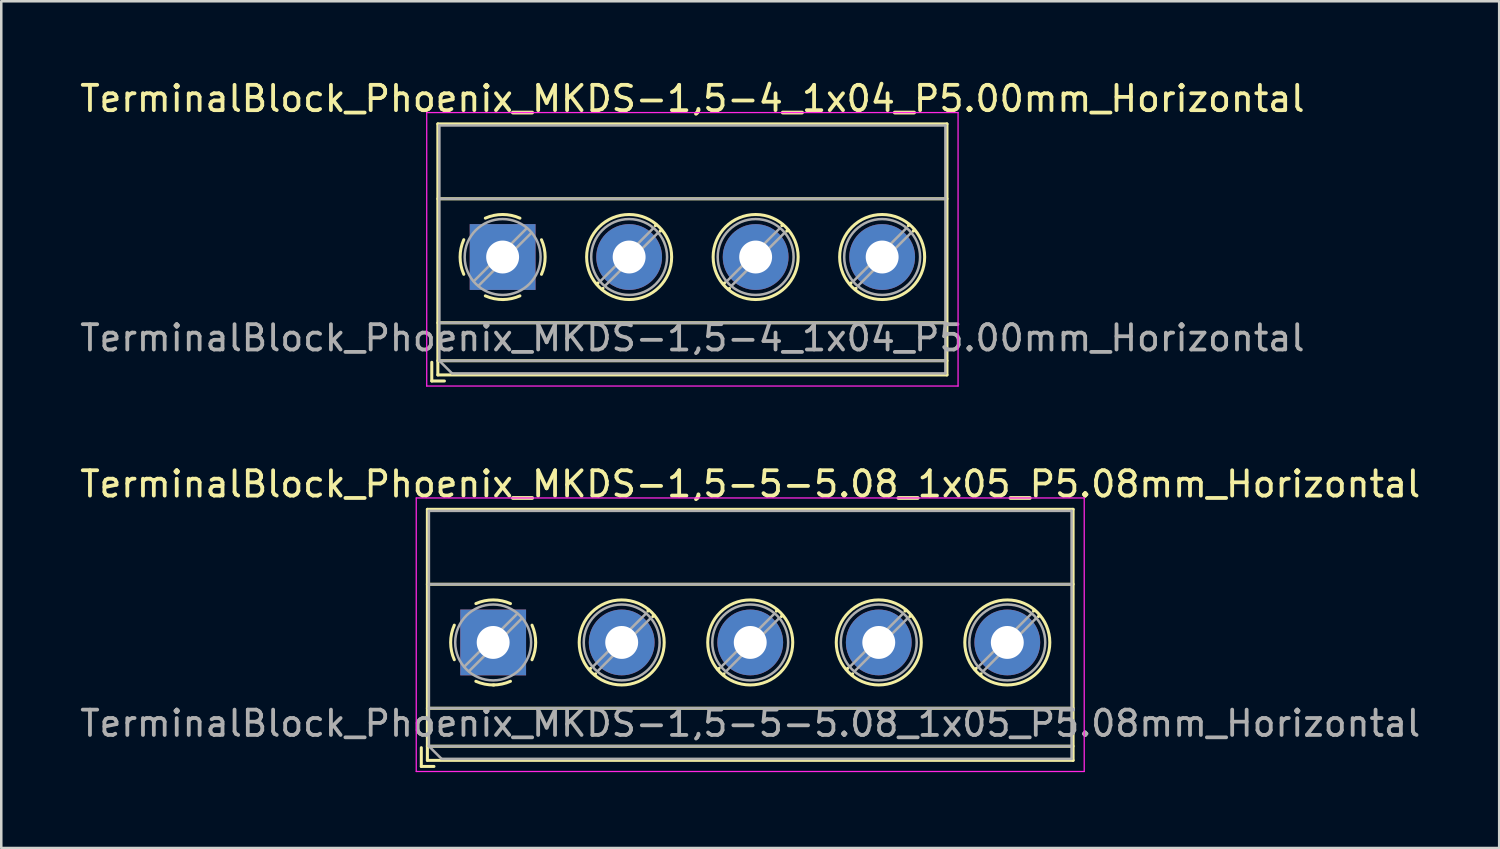
<source format=kicad_pcb>
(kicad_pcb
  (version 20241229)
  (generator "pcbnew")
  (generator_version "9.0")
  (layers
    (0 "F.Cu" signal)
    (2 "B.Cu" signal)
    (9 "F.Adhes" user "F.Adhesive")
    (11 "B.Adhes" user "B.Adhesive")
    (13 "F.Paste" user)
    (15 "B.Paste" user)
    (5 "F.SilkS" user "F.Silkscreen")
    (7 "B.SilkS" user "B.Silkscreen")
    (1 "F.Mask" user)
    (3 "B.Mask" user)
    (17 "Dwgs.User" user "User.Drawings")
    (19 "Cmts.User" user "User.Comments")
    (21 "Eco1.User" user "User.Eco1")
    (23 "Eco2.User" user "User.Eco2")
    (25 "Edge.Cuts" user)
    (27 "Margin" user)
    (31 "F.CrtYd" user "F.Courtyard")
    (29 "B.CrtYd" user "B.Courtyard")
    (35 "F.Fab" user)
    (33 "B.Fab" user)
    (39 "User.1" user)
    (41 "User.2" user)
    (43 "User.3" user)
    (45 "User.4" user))
  (footprint "TerminalBlock_Phoenix_MKDS-1,5-5-5.08_1x05_P5.08mm_Horizontal"
    (layer "F.Cu")
    (at 16.441 22.341)
    (property "Reference" "TerminalBlock_Phoenix_MKDS-1,5-5-5.08_1x05_P5.08mm_Horizontal" (at 10.16 -6.26 0) (layer "F.SilkS") (effects (font (size 1 1) (thickness 0.15))))
    (attr through_hole)
    (fp_line (start -2.84 4.16) (end -2.84 4.9) (stroke (width 0.12) (type solid)) (layer "F.SilkS"))
    (fp_line (start -2.84 4.9) (end -2.34 4.9) (stroke (width 0.12) (type solid)) (layer "F.SilkS"))
    (fp_line (start -2.6 -5.261) (end -2.6 4.66) (stroke (width 0.12) (type solid)) (layer "F.SilkS"))
    (fp_line (start -2.6 -5.261) (end 22.92 -5.261) (stroke (width 0.12) (type solid)) (layer "F.SilkS"))
    (fp_line (start -2.6 -2.301) (end 22.92 -2.301) (stroke (width 0.12) (type solid)) (layer "F.SilkS"))
    (fp_line (start -2.6 2.6) (end 22.92 2.6) (stroke (width 0.12) (type solid)) (layer "F.SilkS"))
    (fp_line (start -2.6 4.1) (end 22.92 4.1) (stroke (width 0.12) (type solid)) (layer "F.SilkS"))
    (fp_line (start -2.6 4.66) (end 22.92 4.66) (stroke (width 0.12) (type solid)) (layer "F.SilkS"))
    (fp_line (start 3.853 1.023) (end 3.806 1.069) (stroke (width 0.12) (type solid)) (layer "F.SilkS"))
    (fp_line (start 4.046 1.239) (end 4.011 1.274) (stroke (width 0.12) (type solid)) (layer "F.SilkS"))
    (fp_line (start 6.15 -1.275) (end 6.115 -1.239) (stroke (width 0.12) (type solid)) (layer "F.SilkS"))
    (fp_line (start 6.355 -1.069) (end 6.308 -1.023) (stroke (width 0.12) (type solid)) (layer "F.SilkS"))
    (fp_line (start 8.933 1.023) (end 8.886 1.069) (stroke (width 0.12) (type solid)) (layer "F.SilkS"))
    (fp_line (start 9.126 1.239) (end 9.091 1.274) (stroke (width 0.12) (type solid)) (layer "F.SilkS"))
    (fp_line (start 11.23 -1.275) (end 11.195 -1.239) (stroke (width 0.12) (type solid)) (layer "F.SilkS"))
    (fp_line (start 11.435 -1.069) (end 11.388 -1.023) (stroke (width 0.12) (type solid)) (layer "F.SilkS"))
    (fp_line (start 14.013 1.023) (end 13.966 1.069) (stroke (width 0.12) (type solid)) (layer "F.SilkS"))
    (fp_line (start 14.206 1.239) (end 14.171 1.274) (stroke (width 0.12) (type solid)) (layer "F.SilkS"))
    (fp_line (start 16.31 -1.275) (end 16.275 -1.239) (stroke (width 0.12) (type solid)) (layer "F.SilkS"))
    (fp_line (start 16.515 -1.069) (end 16.468 -1.023) (stroke (width 0.12) (type solid)) (layer "F.SilkS"))
    (fp_line (start 19.093 1.023) (end 19.046 1.069) (stroke (width 0.12) (type solid)) (layer "F.SilkS"))
    (fp_line (start 19.286 1.239) (end 19.251 1.274) (stroke (width 0.12) (type solid)) (layer "F.SilkS"))
    (fp_line (start 21.39 -1.275) (end 21.355 -1.239) (stroke (width 0.12) (type solid)) (layer "F.SilkS"))
    (fp_line (start 21.595 -1.069) (end 21.548 -1.023) (stroke (width 0.12) (type solid)) (layer "F.SilkS"))
    (fp_line (start 22.92 -5.261) (end 22.92 4.66) (stroke (width 0.12) (type solid)) (layer "F.SilkS"))
    (fp_arc (start -1.535427 0.683042) (mid -1.680501 -0.000524) (end -1.535 -0.684) (stroke (width 0.12) (type solid)) (layer "F.SilkS"))
    (fp_arc (start -0.683042 -1.535427) (mid 0.000524 -1.680501) (end 0.684 -1.535) (stroke (width 0.12) (type solid)) (layer "F.SilkS"))
    (fp_arc (start 0.028805 1.680253) (mid -0.335551 1.646659) (end -0.684 1.535) (stroke (width 0.12) (type solid)) (layer "F.SilkS"))
    (fp_arc (start 0.683318 1.534756) (mid 0.349292 1.643288) (end 0 1.68) (stroke (width 0.12) (type solid)) (layer "F.SilkS"))
    (fp_arc (start 1.535427 -0.683042) (mid 1.680501 0.000524) (end 1.535 0.684) (stroke (width 0.12) (type solid)) (layer "F.SilkS"))
    (fp_circle (center 5.08 0) (end 6.76 0) (stroke (width 0.12) (type solid)) (fill no) (layer "F.SilkS"))
    (fp_circle (center 10.16 0) (end 11.84 0) (stroke (width 0.12) (type solid)) (fill no) (layer "F.SilkS"))
    (fp_circle (center 15.24 0) (end 16.92 0) (stroke (width 0.12) (type solid)) (fill no) (layer "F.SilkS"))
    (fp_circle (center 20.32 0) (end 22 0) (stroke (width 0.12) (type solid)) (fill no) (layer "F.SilkS"))
    (fp_line (start -3.04 -5.71) (end -3.04 5.1) (stroke (width 0.05) (type solid)) (layer "F.CrtYd"))
    (fp_line (start -3.04 5.1) (end 23.36 5.1) (stroke (width 0.05) (type solid)) (layer "F.CrtYd"))
    (fp_line (start 23.36 -5.71) (end -3.04 -5.71) (stroke (width 0.05) (type solid)) (layer "F.CrtYd"))
    (fp_line (start 23.36 5.1) (end 23.36 -5.71) (stroke (width 0.05) (type solid)) (layer "F.CrtYd"))
    (fp_line (start -2.54 -5.2) (end 22.86 -5.2) (stroke (width 0.1) (type solid)) (layer "F.Fab"))
    (fp_line (start -2.54 -2.3) (end 22.86 -2.3) (stroke (width 0.1) (type solid)) (layer "F.Fab"))
    (fp_line (start -2.54 2.6) (end 22.86 2.6) (stroke (width 0.1) (type solid)) (layer "F.Fab"))
    (fp_line (start -2.54 4.1) (end -2.54 -5.2) (stroke (width 0.1) (type solid)) (layer "F.Fab"))
    (fp_line (start -2.54 4.1) (end 22.86 4.1) (stroke (width 0.1) (type solid)) (layer "F.Fab"))
    (fp_line (start -2.04 4.6) (end -2.54 4.1) (stroke (width 0.1) (type solid)) (layer "F.Fab"))
    (fp_line (start 0.955 -1.138) (end -1.138 0.955) (stroke (width 0.1) (type solid)) (layer "F.Fab"))
    (fp_line (start 1.138 -0.955) (end -0.955 1.138) (stroke (width 0.1) (type solid)) (layer "F.Fab"))
    (fp_line (start 6.035 -1.138) (end 3.943 0.955) (stroke (width 0.1) (type solid)) (layer "F.Fab"))
    (fp_line (start 6.218 -0.955) (end 4.126 1.138) (stroke (width 0.1) (type solid)) (layer "F.Fab"))
    (fp_line (start 11.115 -1.138) (end 9.023 0.955) (stroke (width 0.1) (type solid)) (layer "F.Fab"))
    (fp_line (start 11.298 -0.955) (end 9.206 1.138) (stroke (width 0.1) (type solid)) (layer "F.Fab"))
    (fp_line (start 16.195 -1.138) (end 14.103 0.955) (stroke (width 0.1) (type solid)) (layer "F.Fab"))
    (fp_line (start 16.378 -0.955) (end 14.286 1.138) (stroke (width 0.1) (type solid)) (layer "F.Fab"))
    (fp_line (start 21.275 -1.138) (end 19.183 0.955) (stroke (width 0.1) (type solid)) (layer "F.Fab"))
    (fp_line (start 21.458 -0.955) (end 19.366 1.138) (stroke (width 0.1) (type solid)) (layer "F.Fab"))
    (fp_line (start 22.86 -5.2) (end 22.86 4.6) (stroke (width 0.1) (type solid)) (layer "F.Fab"))
    (fp_line (start 22.86 4.6) (end -2.04 4.6) (stroke (width 0.1) (type solid)) (layer "F.Fab"))
    (fp_circle (center 0 0) (end 1.5 0) (stroke (width 0.1) (type solid)) (fill no) (layer "F.Fab"))
    (fp_circle (center 5.08 0) (end 6.58 0) (stroke (width 0.1) (type solid)) (fill no) (layer "F.Fab"))
    (fp_circle (center 10.16 0) (end 11.66 0) (stroke (width 0.1) (type solid)) (fill no) (layer "F.Fab"))
    (fp_circle (center 15.24 0) (end 16.74 0) (stroke (width 0.1) (type solid)) (fill no) (layer "F.Fab"))
    (fp_circle (center 20.32 0) (end 21.82 0) (stroke (width 0.1) (type solid)) (fill no) (layer "F.Fab"))
    (fp_text user "${REFERENCE}" (at 10.16 3.2 0) (layer "F.Fab") (effects (font (size 1 1) (thickness 0.15))))
    (pad "1" thru_hole rect (at 0 0) (size 2.6 2.6) (drill 1.3) (layers "*.Cu" "*.Mask"))
    (pad "2" thru_hole circle (at 5.08 0) (size 2.6 2.6) (drill 1.3) (layers "*.Cu" "*.Mask"))
    (pad "3" thru_hole circle (at 10.16 0) (size 2.6 2.6) (drill 1.3) (layers "*.Cu" "*.Mask"))
    (pad "4" thru_hole circle (at 15.24 0) (size 2.6 2.6) (drill 1.3) (layers "*.Cu" "*.Mask"))
    (pad "5" thru_hole circle (at 20.32 0) (size 2.6 2.6) (drill 1.3) (layers "*.Cu" "*.Mask")))
  (footprint "TerminalBlock_Phoenix_MKDS-1,5-4_1x04_P5.00mm_Horizontal"
    (layer "F.Cu")
    (at 16.815 7.108)
    (property "Reference" "TerminalBlock_Phoenix_MKDS-1,5-4_1x04_P5.00mm_Horizontal" (at 7.5 -6.26 0) (layer "F.SilkS") (effects (font (size 1 1) (thickness 0.15))))
    (attr through_hole)
    (fp_line (start -2.8 4.16) (end -2.8 4.9) (stroke (width 0.12) (type solid)) (layer "F.SilkS"))
    (fp_line (start -2.8 4.9) (end -2.3 4.9) (stroke (width 0.12) (type solid)) (layer "F.SilkS"))
    (fp_line (start -2.56 -5.261) (end -2.56 4.66) (stroke (width 0.12) (type solid)) (layer "F.SilkS"))
    (fp_line (start -2.56 -5.261) (end 17.561 -5.261) (stroke (width 0.12) (type solid)) (layer "F.SilkS"))
    (fp_line (start -2.56 -2.301) (end 17.561 -2.301) (stroke (width 0.12) (type solid)) (layer "F.SilkS"))
    (fp_line (start -2.56 2.6) (end 17.561 2.6) (stroke (width 0.12) (type solid)) (layer "F.SilkS"))
    (fp_line (start -2.56 4.1) (end 17.561 4.1) (stroke (width 0.12) (type solid)) (layer "F.SilkS"))
    (fp_line (start -2.56 4.66) (end 17.561 4.66) (stroke (width 0.12) (type solid)) (layer "F.SilkS"))
    (fp_line (start 3.773 1.023) (end 3.726 1.069) (stroke (width 0.12) (type solid)) (layer "F.SilkS"))
    (fp_line (start 3.966 1.239) (end 3.931 1.274) (stroke (width 0.12) (type solid)) (layer "F.SilkS"))
    (fp_line (start 6.07 -1.275) (end 6.035 -1.239) (stroke (width 0.12) (type solid)) (layer "F.SilkS"))
    (fp_line (start 6.275 -1.069) (end 6.228 -1.023) (stroke (width 0.12) (type solid)) (layer "F.SilkS"))
    (fp_line (start 8.773 1.023) (end 8.726 1.069) (stroke (width 0.12) (type solid)) (layer "F.SilkS"))
    (fp_line (start 8.966 1.239) (end 8.931 1.274) (stroke (width 0.12) (type solid)) (layer "F.SilkS"))
    (fp_line (start 11.07 -1.275) (end 11.035 -1.239) (stroke (width 0.12) (type solid)) (layer "F.SilkS"))
    (fp_line (start 11.275 -1.069) (end 11.228 -1.023) (stroke (width 0.12) (type solid)) (layer "F.SilkS"))
    (fp_line (start 13.773 1.023) (end 13.726 1.069) (stroke (width 0.12) (type solid)) (layer "F.SilkS"))
    (fp_line (start 13.966 1.239) (end 13.931 1.274) (stroke (width 0.12) (type solid)) (layer "F.SilkS"))
    (fp_line (start 16.07 -1.275) (end 16.035 -1.239) (stroke (width 0.12) (type solid)) (layer "F.SilkS"))
    (fp_line (start 16.275 -1.069) (end 16.228 -1.023) (stroke (width 0.12) (type solid)) (layer "F.SilkS"))
    (fp_line (start 17.561 -5.261) (end 17.561 4.66) (stroke (width 0.12) (type solid)) (layer "F.SilkS"))
    (fp_arc (start -1.535427 0.683042) (mid -1.680501 -0.000524) (end -1.535 -0.684) (stroke (width 0.12) (type solid)) (layer "F.SilkS"))
    (fp_arc (start -0.683042 -1.535427) (mid 0.000524 -1.680501) (end 0.684 -1.535) (stroke (width 0.12) (type solid)) (layer "F.SilkS"))
    (fp_arc (start 0.028805 1.680253) (mid -0.335551 1.646659) (end -0.684 1.535) (stroke (width 0.12) (type solid)) (layer "F.SilkS"))
    (fp_arc (start 0.683318 1.534756) (mid 0.349292 1.643288) (end 0 1.68) (stroke (width 0.12) (type solid)) (layer "F.SilkS"))
    (fp_arc (start 1.535427 -0.683042) (mid 1.680501 0.000524) (end 1.535 0.684) (stroke (width 0.12) (type solid)) (layer "F.SilkS"))
    (fp_circle (center 5 0) (end 6.68 0) (stroke (width 0.12) (type solid)) (fill no) (layer "F.SilkS"))
    (fp_circle (center 10 0) (end 11.68 0) (stroke (width 0.12) (type solid)) (fill no) (layer "F.SilkS"))
    (fp_circle (center 15 0) (end 16.68 0) (stroke (width 0.12) (type solid)) (fill no) (layer "F.SilkS"))
    (fp_line (start -3 -5.71) (end -3 5.1) (stroke (width 0.05) (type solid)) (layer "F.CrtYd"))
    (fp_line (start -3 5.1) (end 18 5.1) (stroke (width 0.05) (type solid)) (layer "F.CrtYd"))
    (fp_line (start 18 -5.71) (end -3 -5.71) (stroke (width 0.05) (type solid)) (layer "F.CrtYd"))
    (fp_line (start 18 5.1) (end 18 -5.71) (stroke (width 0.05) (type solid)) (layer "F.CrtYd"))
    (fp_line (start -2.5 -5.2) (end 17.5 -5.2) (stroke (width 0.1) (type solid)) (layer "F.Fab"))
    (fp_line (start -2.5 -2.3) (end 17.5 -2.3) (stroke (width 0.1) (type solid)) (layer "F.Fab"))
    (fp_line (start -2.5 2.6) (end 17.5 2.6) (stroke (width 0.1) (type solid)) (layer "F.Fab"))
    (fp_line (start -2.5 4.1) (end -2.5 -5.2) (stroke (width 0.1) (type solid)) (layer "F.Fab"))
    (fp_line (start -2.5 4.1) (end 17.5 4.1) (stroke (width 0.1) (type solid)) (layer "F.Fab"))
    (fp_line (start -2 4.6) (end -2.5 4.1) (stroke (width 0.1) (type solid)) (layer "F.Fab"))
    (fp_line (start 0.955 -1.138) (end -1.138 0.955) (stroke (width 0.1) (type solid)) (layer "F.Fab"))
    (fp_line (start 1.138 -0.955) (end -0.955 1.138) (stroke (width 0.1) (type solid)) (layer "F.Fab"))
    (fp_line (start 5.955 -1.138) (end 3.863 0.955) (stroke (width 0.1) (type solid)) (layer "F.Fab"))
    (fp_line (start 6.138 -0.955) (end 4.046 1.138) (stroke (width 0.1) (type solid)) (layer "F.Fab"))
    (fp_line (start 10.955 -1.138) (end 8.863 0.955) (stroke (width 0.1) (type solid)) (layer "F.Fab"))
    (fp_line (start 11.138 -0.955) (end 9.046 1.138) (stroke (width 0.1) (type solid)) (layer "F.Fab"))
    (fp_line (start 15.955 -1.138) (end 13.863 0.955) (stroke (width 0.1) (type solid)) (layer "F.Fab"))
    (fp_line (start 16.138 -0.955) (end 14.046 1.138) (stroke (width 0.1) (type solid)) (layer "F.Fab"))
    (fp_line (start 17.5 -5.2) (end 17.5 4.6) (stroke (width 0.1) (type solid)) (layer "F.Fab"))
    (fp_line (start 17.5 4.6) (end -2 4.6) (stroke (width 0.1) (type solid)) (layer "F.Fab"))
    (fp_circle (center 0 0) (end 1.5 0) (stroke (width 0.1) (type solid)) (fill no) (layer "F.Fab"))
    (fp_circle (center 5 0) (end 6.5 0) (stroke (width 0.1) (type solid)) (fill no) (layer "F.Fab"))
    (fp_circle (center 10 0) (end 11.5 0) (stroke (width 0.1) (type solid)) (fill no) (layer "F.Fab"))
    (fp_circle (center 15 0) (end 16.5 0) (stroke (width 0.1) (type solid)) (fill no) (layer "F.Fab"))
    (fp_text user "${REFERENCE}" (at 7.5 3.2 0) (layer "F.Fab") (effects (font (size 1 1) (thickness 0.15))))
    (pad "1" thru_hole rect (at 0 0) (size 2.6 2.6) (drill 1.3) (layers "*.Cu" "*.Mask"))
    (pad "2" thru_hole circle (at 5 0) (size 2.6 2.6) (drill 1.3) (layers "*.Cu" "*.Mask"))
    (pad "3" thru_hole circle (at 10 0) (size 2.6 2.6) (drill 1.3) (layers "*.Cu" "*.Mask"))
    (pad "4" thru_hole circle (at 15 0) (size 2.6 2.6) (drill 1.3) (layers "*.Cu" "*.Mask")))
  (gr_rect
    (start -3 -3)
    (end 56.202 30.466)
    (stroke (width 0.1) (type default))
    (fill no)
    (layer "Edge.Cuts")))
</source>
